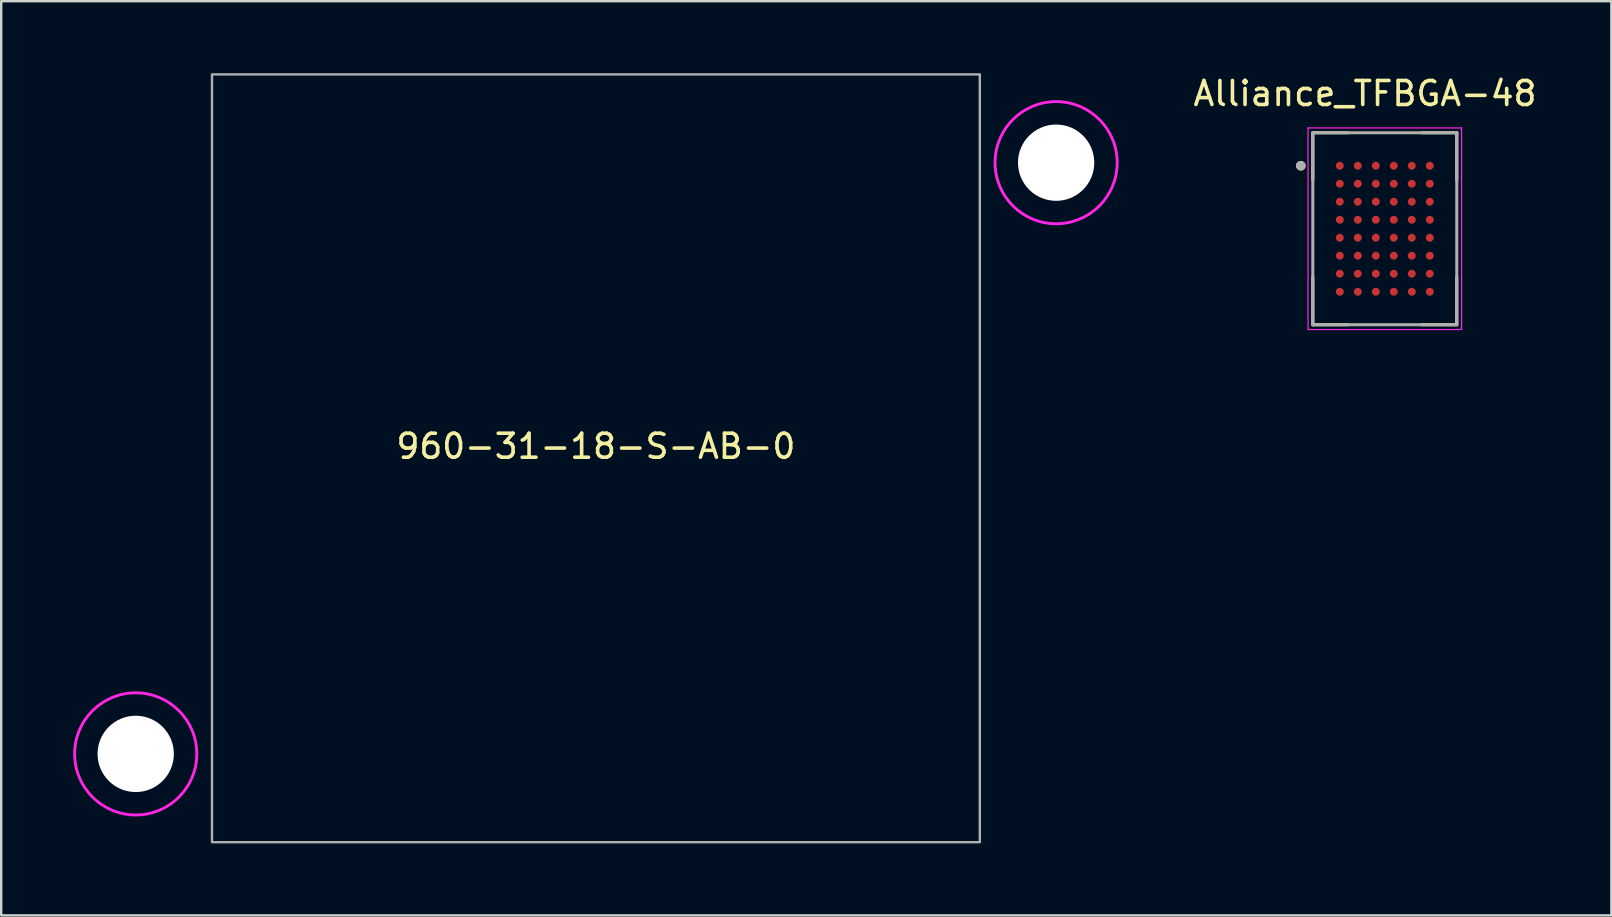
<source format=kicad_pcb>
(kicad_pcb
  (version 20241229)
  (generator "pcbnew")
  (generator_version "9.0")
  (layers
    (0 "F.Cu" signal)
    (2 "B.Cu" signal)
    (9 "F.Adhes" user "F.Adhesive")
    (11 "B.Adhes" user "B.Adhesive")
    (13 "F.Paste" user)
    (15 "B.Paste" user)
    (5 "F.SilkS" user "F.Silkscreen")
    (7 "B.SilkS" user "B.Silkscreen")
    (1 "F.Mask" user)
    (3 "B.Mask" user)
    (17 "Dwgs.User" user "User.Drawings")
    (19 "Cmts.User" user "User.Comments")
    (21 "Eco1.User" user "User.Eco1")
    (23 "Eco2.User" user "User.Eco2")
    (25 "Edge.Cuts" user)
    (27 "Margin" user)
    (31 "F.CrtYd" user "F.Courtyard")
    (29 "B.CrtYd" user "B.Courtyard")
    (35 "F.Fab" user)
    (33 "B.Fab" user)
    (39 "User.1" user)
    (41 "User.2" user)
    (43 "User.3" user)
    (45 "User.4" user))
  (footprint "960-31-18-S-AB-0"
    (layer "F.Cu")
    (at 21.786 16.05)
    (property "Reference" "960-31-18-S-AB-0" (at 0 -0.5 0) (unlocked yes) (layer "F.SilkS") (effects (font (size 1 1) (thickness 0.15))))
    (attr through_hole)
    (fp_circle (center -19.18 12.32) (end -16.634 12.32) (stroke (width 0.12) (type solid)) (fill no) (layer "F.CrtYd"))
    (fp_circle (center 19.18 -12.32) (end 21.726 -12.32) (stroke (width 0.12) (type solid)) (fill no) (layer "F.CrtYd"))
    (fp_rect (start -16 -16) (end 16 16) (stroke (width 0.1) (type solid)) (fill no) (layer "F.Fab"))
    (pad "" np_thru_hole circle (at -19.18 12.32) (size 3.18 3.18) (drill 3.18) (layers "*.Cu" "*.Mask"))
    (pad "" np_thru_hole circle (at 19.18 -12.32) (size 3.18 3.18) (drill 3.18) (layers "*.Cu" "*.Mask")))
  (footprint "Alliance_TFBGA-48"
    (layer "F.Cu")
    (at 54.664 6.483)
    (property "Reference" "Alliance_TFBGA-48" (at -0.825 -5.635 0) (layer "F.SilkS") (effects (font (size 1 1) (thickness 0.15))))
    (attr through_hole)
    (fp_line (start -3 -4) (end -3 -2.025) (stroke (width 0.127) (type solid)) (layer "F.SilkS"))
    (fp_line (start -3 -4) (end -1.525 -4) (stroke (width 0.127) (type solid)) (layer "F.SilkS"))
    (fp_line (start -3 4) (end -3 2.025) (stroke (width 0.127) (type solid)) (layer "F.SilkS"))
    (fp_line (start -3 4) (end -1.525 4) (stroke (width 0.127) (type solid)) (layer "F.SilkS"))
    (fp_line (start 3 -4) (end 1.525 -4) (stroke (width 0.127) (type solid)) (layer "F.SilkS"))
    (fp_line (start 3 -4) (end 3 -2.025) (stroke (width 0.127) (type solid)) (layer "F.SilkS"))
    (fp_line (start 3 4) (end 1.525 4) (stroke (width 0.127) (type solid)) (layer "F.SilkS"))
    (fp_line (start 3 4) (end 3 2.025) (stroke (width 0.127) (type solid)) (layer "F.SilkS"))
    (fp_circle (center -3.5 -2.625) (end -3.4 -2.625) (stroke (width 0.2) (type solid)) (fill no) (layer "F.SilkS"))
    (fp_line (start -3.2 -4.2) (end 3.2 -4.2) (stroke (width 0.05) (type solid)) (layer "F.CrtYd"))
    (fp_line (start -3.2 4.2) (end -3.2 -4.2) (stroke (width 0.05) (type solid)) (layer "F.CrtYd"))
    (fp_line (start -3.2 4.2) (end 3.2 4.2) (stroke (width 0.05) (type solid)) (layer "F.CrtYd"))
    (fp_line (start 3.2 4.2) (end 3.2 -4.2) (stroke (width 0.05) (type solid)) (layer "F.CrtYd"))
    (fp_line (start -3 4) (end -3 -4) (stroke (width 0.127) (type solid)) (layer "F.Fab"))
    (fp_line (start 3 -4) (end -3 -4) (stroke (width 0.127) (type solid)) (layer "F.Fab"))
    (fp_line (start 3 4) (end -3 4) (stroke (width 0.127) (type solid)) (layer "F.Fab"))
    (fp_line (start 3 4) (end 3 -4) (stroke (width 0.127) (type solid)) (layer "F.Fab"))
    (fp_circle (center -3.5 -2.625) (end -3.4 -2.625) (stroke (width 0.2) (type solid)) (fill no) (layer "F.Fab"))
    (pad "A1" smd circle (at -1.875 -2.625) (size 0.33 0.33) (layers "F.Cu" "F.Mask" "F.Paste"))
    (pad "A2" smd circle (at -1.125 -2.625) (size 0.33 0.33) (layers "F.Cu" "F.Mask" "F.Paste"))
    (pad "A3" smd circle (at -0.375 -2.625) (size 0.33 0.33) (layers "F.Cu" "F.Mask" "F.Paste"))
    (pad "A4" smd circle (at 0.375 -2.625) (size 0.33 0.33) (layers "F.Cu" "F.Mask" "F.Paste"))
    (pad "A5" smd circle (at 1.125 -2.625) (size 0.33 0.33) (layers "F.Cu" "F.Mask" "F.Paste"))
    (pad "A6" smd circle (at 1.875 -2.625) (size 0.33 0.33) (layers "F.Cu" "F.Mask" "F.Paste"))
    (pad "B1" smd circle (at -1.875 -1.875) (size 0.33 0.33) (layers "F.Cu" "F.Mask" "F.Paste"))
    (pad "B2" smd circle (at -1.125 -1.875) (size 0.33 0.33) (layers "F.Cu" "F.Mask" "F.Paste"))
    (pad "B3" smd circle (at -0.375 -1.875) (size 0.33 0.33) (layers "F.Cu" "F.Mask" "F.Paste"))
    (pad "B4" smd circle (at 0.375 -1.875) (size 0.33 0.33) (layers "F.Cu" "F.Mask" "F.Paste"))
    (pad "B5" smd circle (at 1.125 -1.875) (size 0.33 0.33) (layers "F.Cu" "F.Mask" "F.Paste"))
    (pad "B6" smd circle (at 1.875 -1.875) (size 0.33 0.33) (layers "F.Cu" "F.Mask" "F.Paste"))
    (pad "C1" smd circle (at -1.875 -1.125) (size 0.33 0.33) (layers "F.Cu" "F.Mask" "F.Paste"))
    (pad "C2" smd circle (at -1.125 -1.125) (size 0.33 0.33) (layers "F.Cu" "F.Mask" "F.Paste"))
    (pad "C3" smd circle (at -0.375 -1.125) (size 0.33 0.33) (layers "F.Cu" "F.Mask" "F.Paste"))
    (pad "C4" smd circle (at 0.375 -1.125) (size 0.33 0.33) (layers "F.Cu" "F.Mask" "F.Paste"))
    (pad "C5" smd circle (at 1.125 -1.125) (size 0.33 0.33) (layers "F.Cu" "F.Mask" "F.Paste"))
    (pad "C6" smd circle (at 1.875 -1.125) (size 0.33 0.33) (layers "F.Cu" "F.Mask" "F.Paste"))
    (pad "D1" smd circle (at -1.875 -0.375) (size 0.33 0.33) (layers "F.Cu" "F.Mask" "F.Paste"))
    (pad "D2" smd circle (at -1.125 -0.375) (size 0.33 0.33) (layers "F.Cu" "F.Mask" "F.Paste"))
    (pad "D3" smd circle (at -0.375 -0.375) (size 0.33 0.33) (layers "F.Cu" "F.Mask" "F.Paste"))
    (pad "D4" smd circle (at 0.375 -0.375) (size 0.33 0.33) (layers "F.Cu" "F.Mask" "F.Paste"))
    (pad "D5" smd circle (at 1.125 -0.375) (size 0.33 0.33) (layers "F.Cu" "F.Mask" "F.Paste"))
    (pad "D6" smd circle (at 1.875 -0.375) (size 0.33 0.33) (layers "F.Cu" "F.Mask" "F.Paste"))
    (pad "E1" smd circle (at -1.875 0.375) (size 0.33 0.33) (layers "F.Cu" "F.Mask" "F.Paste"))
    (pad "E2" smd circle (at -1.125 0.375) (size 0.33 0.33) (layers "F.Cu" "F.Mask" "F.Paste"))
    (pad "E3" smd circle (at -0.375 0.375) (size 0.33 0.33) (layers "F.Cu" "F.Mask" "F.Paste"))
    (pad "E4" smd circle (at 0.375 0.375) (size 0.33 0.33) (layers "F.Cu" "F.Mask" "F.Paste"))
    (pad "E5" smd circle (at 1.125 0.375) (size 0.33 0.33) (layers "F.Cu" "F.Mask" "F.Paste"))
    (pad "E6" smd circle (at 1.875 0.375) (size 0.33 0.33) (layers "F.Cu" "F.Mask" "F.Paste"))
    (pad "F1" smd circle (at -1.875 1.125) (size 0.33 0.33) (layers "F.Cu" "F.Mask" "F.Paste"))
    (pad "F2" smd circle (at -1.125 1.125) (size 0.33 0.33) (layers "F.Cu" "F.Mask" "F.Paste"))
    (pad "F3" smd circle (at -0.375 1.125) (size 0.33 0.33) (layers "F.Cu" "F.Mask" "F.Paste"))
    (pad "F4" smd circle (at 0.375 1.125) (size 0.33 0.33) (layers "F.Cu" "F.Mask" "F.Paste"))
    (pad "F5" smd circle (at 1.125 1.125) (size 0.33 0.33) (layers "F.Cu" "F.Mask" "F.Paste"))
    (pad "F6" smd circle (at 1.875 1.125) (size 0.33 0.33) (layers "F.Cu" "F.Mask" "F.Paste"))
    (pad "G1" smd circle (at -1.875 1.875) (size 0.33 0.33) (layers "F.Cu" "F.Mask" "F.Paste"))
    (pad "G2" smd circle (at -1.125 1.875) (size 0.33 0.33) (layers "F.Cu" "F.Mask" "F.Paste"))
    (pad "G3" smd circle (at -0.375 1.875) (size 0.33 0.33) (layers "F.Cu" "F.Mask" "F.Paste"))
    (pad "G4" smd circle (at 0.375 1.875) (size 0.33 0.33) (layers "F.Cu" "F.Mask" "F.Paste"))
    (pad "G5" smd circle (at 1.125 1.875) (size 0.33 0.33) (layers "F.Cu" "F.Mask" "F.Paste"))
    (pad "G6" smd circle (at 1.875 1.875) (size 0.33 0.33) (layers "F.Cu" "F.Mask" "F.Paste"))
    (pad "H1" smd circle (at -1.875 2.625) (size 0.33 0.33) (layers "F.Cu" "F.Mask" "F.Paste"))
    (pad "H2" smd circle (at -1.125 2.625) (size 0.33 0.33) (layers "F.Cu" "F.Mask" "F.Paste"))
    (pad "H3" smd circle (at -0.375 2.625) (size 0.33 0.33) (layers "F.Cu" "F.Mask" "F.Paste"))
    (pad "H4" smd circle (at 0.375 2.625) (size 0.33 0.33) (layers "F.Cu" "F.Mask" "F.Paste"))
    (pad "H5" smd circle (at 1.125 2.625) (size 0.33 0.33) (layers "F.Cu" "F.Mask" "F.Paste"))
    (pad "H6" smd circle (at 1.875 2.625) (size 0.33 0.33) (layers "F.Cu" "F.Mask" "F.Paste")))
  (gr_rect
    (start -3 -3)
    (end 64.107 35.1)
    (stroke (width 0.1) (type default))
    (fill no)
    (layer "Edge.Cuts")))
</source>
